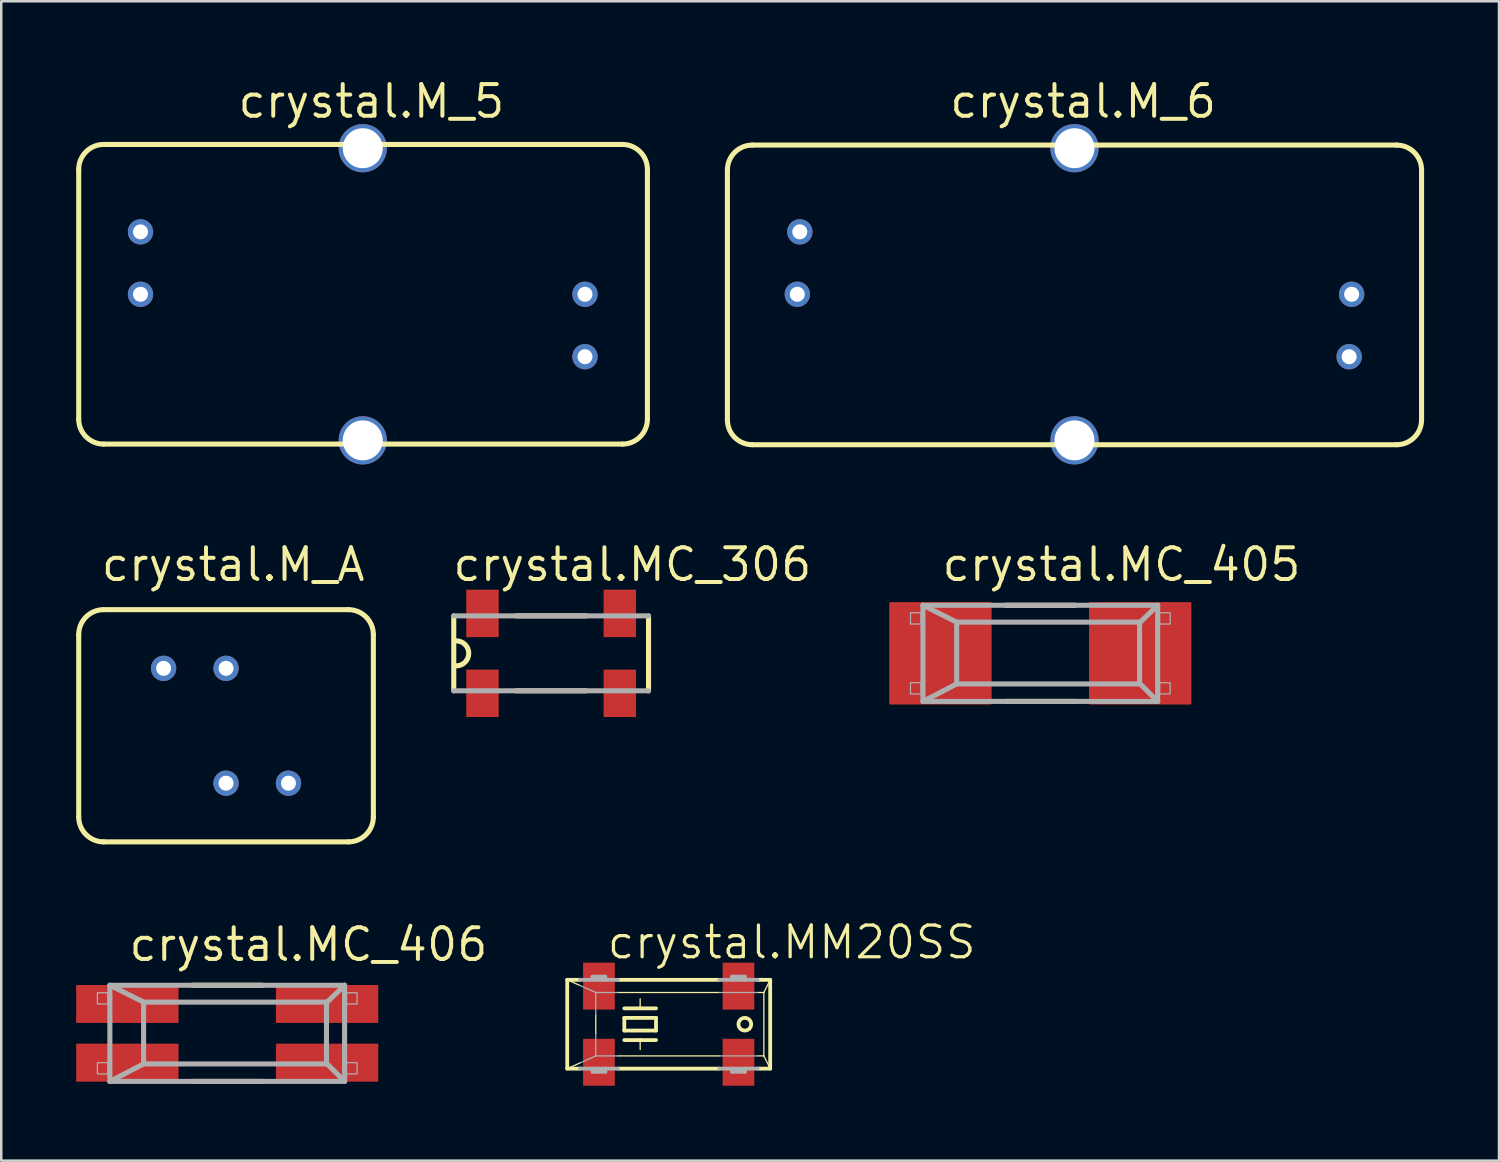
<source format=kicad_pcb>
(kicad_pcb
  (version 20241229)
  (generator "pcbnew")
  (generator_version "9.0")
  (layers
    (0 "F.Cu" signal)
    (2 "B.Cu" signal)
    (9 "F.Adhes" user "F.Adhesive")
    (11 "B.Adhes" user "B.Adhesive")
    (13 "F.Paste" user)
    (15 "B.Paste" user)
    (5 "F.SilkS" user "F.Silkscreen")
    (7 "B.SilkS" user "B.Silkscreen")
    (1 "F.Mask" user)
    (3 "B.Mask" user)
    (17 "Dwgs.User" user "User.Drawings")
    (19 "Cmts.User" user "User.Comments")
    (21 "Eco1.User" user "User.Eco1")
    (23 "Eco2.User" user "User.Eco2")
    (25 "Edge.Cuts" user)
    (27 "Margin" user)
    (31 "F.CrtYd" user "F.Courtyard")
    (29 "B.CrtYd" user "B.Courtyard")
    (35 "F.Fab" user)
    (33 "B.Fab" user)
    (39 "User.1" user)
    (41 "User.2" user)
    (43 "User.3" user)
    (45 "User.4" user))
  (footprint "crystal.MC_405"
    (layer "F.Cu")
    (at 38.612 23.115)
    (property "Reference" "crystal.MC_405" (at -4.019 -2.815 0) (layer "F.SilkS") (effects (font (size 1.27 1.27) (thickness 0.16)) (justify left bottom)))
    (attr smd)
    (fp_line (start -1.4 -1.925) (end 1.4 -1.925) (stroke (width 0.203) (type default)) (layer "F.SilkS"))
    (fp_line (start 1.425 1.925) (end -1.375 1.925) (stroke (width 0.203) (type default)) (layer "F.SilkS"))
    (fp_line (start -4.7 -1.925) (end -3.35 -1.25) (stroke (width 0.203) (type default)) (layer "F.Fab"))
    (fp_line (start -4.7 -1.925) (end 4.7 -1.925) (stroke (width 0.203) (type default)) (layer "F.Fab"))
    (fp_line (start -4.7 1.925) (end -4.7 -1.925) (stroke (width 0.203) (type default)) (layer "F.Fab"))
    (fp_line (start -4.7 1.925) (end -3.35 1.225) (stroke (width 0.203) (type default)) (layer "F.Fab"))
    (fp_line (start -3.35 -1.25) (end -3.35 1.225) (stroke (width 0.203) (type default)) (layer "F.Fab"))
    (fp_line (start -3.35 -1.25) (end 3.975 -1.25) (stroke (width 0.203) (type default)) (layer "F.Fab"))
    (fp_line (start 3.975 -1.25) (end 3.975 -1.225) (stroke (width 0.203) (type default)) (layer "F.Fab"))
    (fp_line (start 3.975 -1.225) (end 3.975 1.2) (stroke (width 0.203) (type default)) (layer "F.Fab"))
    (fp_line (start 3.975 -1.225) (end 4.7 -1.925) (stroke (width 0.203) (type default)) (layer "F.Fab"))
    (fp_line (start 3.975 1.2) (end 3.975 1.225) (stroke (width 0.203) (type default)) (layer "F.Fab"))
    (fp_line (start 3.975 1.2) (end 4.7 1.925) (stroke (width 0.203) (type default)) (layer "F.Fab"))
    (fp_line (start 3.975 1.225) (end -3.35 1.225) (stroke (width 0.203) (type default)) (layer "F.Fab"))
    (fp_line (start 4.7 -1.925) (end 4.7 1.925) (stroke (width 0.203) (type default)) (layer "F.Fab"))
    (fp_line (start 4.7 1.925) (end -4.7 1.925) (stroke (width 0.203) (type default)) (layer "F.Fab"))
    (fp_rect (start -5.2 -1.175) (end -4.775 -1.625) (stroke (width 0.05) (type default)) (fill no) (layer "F.Fab"))
    (fp_rect (start -5.2 1.625) (end -4.775 1.175) (stroke (width 0.05) (type default)) (fill no) (layer "F.Fab"))
    (fp_rect (start 4.775 -1.175) (end 5.2 -1.625) (stroke (width 0.05) (type default)) (fill no) (layer "F.Fab"))
    (fp_rect (start 4.775 1.625) (end 5.2 1.175) (stroke (width 0.05) (type default)) (fill no) (layer "F.Fab"))
    (pad "1" smd roundrect (at -4 0) (size 4.1 4.1) (layers "F.Cu" "F.Mask" "F.Paste") (roundrect_rratio 0.01))
    (pad "2" smd roundrect (at 4 0) (size 4.1 4.1) (layers "F.Cu" "F.Mask" "F.Paste") (roundrect_rratio 0.01)))
  (footprint "crystal.M_6"
    (layer "F.Cu")
    (at 39.98 8.735)
    (property "Reference" "crystal.M_6" (at -5.08 -6.985 0) (layer "F.SilkS") (effects (font (size 1.27 1.27) (thickness 0.16)) (justify left bottom)))
    (attr through_hole)
    (fp_line (start -13.9 -4.975) (end -13.9 5.025) (stroke (width 0.203) (type default)) (layer "F.SilkS"))
    (fp_line (start -12.9 6.025) (end 12.9 6.025) (stroke (width 0.203) (type default)) (layer "F.SilkS"))
    (fp_line (start 12.9 -5.975) (end -12.9 -5.975) (stroke (width 0.203) (type default)) (layer "F.SilkS"))
    (fp_line (start 13.9 5.025) (end 13.9 -4.975) (stroke (width 0.203) (type default)) (layer "F.SilkS"))
    (fp_arc (start -13.9 -4.975) (mid -13.607107 -5.682107) (end -12.9 -5.975) (stroke (width 0.2032) (type default)) (layer "F.SilkS"))
    (fp_arc (start -12.9 6.025) (mid -13.607107 5.732107) (end -13.9 5.025) (stroke (width 0.2032) (type default)) (layer "F.SilkS"))
    (fp_arc (start 12.9 -5.975) (mid 13.607107 -5.682107) (end 13.9 -4.975) (stroke (width 0.2032) (type default)) (layer "F.SilkS"))
    (fp_arc (start 13.9 5.025) (mid 13.607107 5.732107) (end 12.9 6.025) (stroke (width 0.2032) (type default)) (layer "F.SilkS"))
    (pad "1" thru_hole circle (at -11 -2.5) (size 1.016 1.016) (drill 0.6) (layers "*.Cu" "*.Mask"))
    (pad "2" thru_hole circle (at -11.1 0) (size 1.016 1.016) (drill 0.6) (layers "*.Cu" "*.Mask"))
    (pad "3" thru_hole circle (at 11.1 0 180) (size 1.016 1.016) (drill 0.6) (layers "*.Cu" "*.Mask"))
    (pad "4" thru_hole circle (at 11 2.5 180) (size 1.016 1.016) (drill 0.6) (layers "*.Cu" "*.Mask"))
    (pad "S@1" thru_hole circle (at 0 -5.85) (size 1.93 1.93) (drill 1.6) (layers "*.Cu" "*.Mask"))
    (pad "S@2" thru_hole circle (at 0 5.85) (size 1.93 1.93) (drill 1.6) (layers "*.Cu" "*.Mask")))
  (footprint "crystal.MC_406"
    (layer "F.Cu")
    (at 6.05 38.332)
    (property "Reference" "crystal.MC_406" (at -4.019 -2.815 0) (layer "F.SilkS") (effects (font (size 1.27 1.27) (thickness 0.16)) (justify left bottom)))
    (attr smd)
    (fp_line (start -1.4 -1.925) (end 1.4 -1.925) (stroke (width 0.203) (type default)) (layer "F.SilkS"))
    (fp_line (start 1.425 1.925) (end -1.375 1.925) (stroke (width 0.203) (type default)) (layer "F.SilkS"))
    (fp_line (start -4.7 -1.925) (end -3.35 -1.25) (stroke (width 0.203) (type default)) (layer "F.Fab"))
    (fp_line (start -4.7 -1.925) (end 4.7 -1.925) (stroke (width 0.203) (type default)) (layer "F.Fab"))
    (fp_line (start -4.7 1.925) (end -4.7 -1.925) (stroke (width 0.203) (type default)) (layer "F.Fab"))
    (fp_line (start -4.7 1.925) (end -3.35 1.225) (stroke (width 0.203) (type default)) (layer "F.Fab"))
    (fp_line (start -3.35 -1.25) (end -3.35 1.225) (stroke (width 0.203) (type default)) (layer "F.Fab"))
    (fp_line (start -3.35 -1.25) (end 3.975 -1.25) (stroke (width 0.203) (type default)) (layer "F.Fab"))
    (fp_line (start 3.975 -1.25) (end 3.975 -1.225) (stroke (width 0.203) (type default)) (layer "F.Fab"))
    (fp_line (start 3.975 -1.225) (end 3.975 1.2) (stroke (width 0.203) (type default)) (layer "F.Fab"))
    (fp_line (start 3.975 -1.225) (end 4.7 -1.925) (stroke (width 0.203) (type default)) (layer "F.Fab"))
    (fp_line (start 3.975 1.2) (end 3.975 1.225) (stroke (width 0.203) (type default)) (layer "F.Fab"))
    (fp_line (start 3.975 1.2) (end 4.7 1.925) (stroke (width 0.203) (type default)) (layer "F.Fab"))
    (fp_line (start 3.975 1.225) (end -3.35 1.225) (stroke (width 0.203) (type default)) (layer "F.Fab"))
    (fp_line (start 4.7 -1.925) (end 4.7 1.925) (stroke (width 0.203) (type default)) (layer "F.Fab"))
    (fp_line (start 4.7 1.925) (end -4.7 1.925) (stroke (width 0.203) (type default)) (layer "F.Fab"))
    (fp_rect (start -5.2 -1.175) (end -4.775 -1.625) (stroke (width 0.05) (type default)) (fill no) (layer "F.Fab"))
    (fp_rect (start -5.2 1.625) (end -4.775 1.175) (stroke (width 0.05) (type default)) (fill no) (layer "F.Fab"))
    (fp_rect (start 4.775 -1.175) (end 5.2 -1.625) (stroke (width 0.05) (type default)) (fill no) (layer "F.Fab"))
    (fp_rect (start 4.775 1.625) (end 5.2 1.175) (stroke (width 0.05) (type default)) (fill no) (layer "F.Fab"))
    (pad "1" smd roundrect (at -4 1.175) (size 4.1 1.52) (layers "F.Cu" "F.Mask" "F.Paste") (roundrect_rratio 0.01))
    (pad "2" smd roundrect (at 4 1.175) (size 4.1 1.52) (layers "F.Cu" "F.Mask" "F.Paste") (roundrect_rratio 0.01))
    (pad "3" smd roundrect (at 4 -1.175 180) (size 4.1 1.52) (layers "F.Cu" "F.Mask" "F.Paste") (roundrect_rratio 0.01))
    (pad "4" smd roundrect (at -4 -1.175 180) (size 4.1 1.52) (layers "F.Cu" "F.Mask" "F.Paste") (roundrect_rratio 0.01)))
  (footprint "crystal.M_A"
    (layer "F.Cu")
    (at 6.002 26.015)
    (property "Reference" "crystal.M_A" (at -5.08 -5.715 0) (layer "F.SilkS") (effects (font (size 1.27 1.27) (thickness 0.16)) (justify left bottom)))
    (attr through_hole)
    (fp_line (start -5.9 -3.65) (end -5.9 3.65) (stroke (width 0.203) (type default)) (layer "F.SilkS"))
    (fp_line (start -4.9 4.65) (end 4.9 4.65) (stroke (width 0.203) (type default)) (layer "F.SilkS"))
    (fp_line (start 4.9 -4.65) (end -4.9 -4.65) (stroke (width 0.203) (type default)) (layer "F.SilkS"))
    (fp_line (start 5.9 3.65) (end 5.9 -3.65) (stroke (width 0.203) (type default)) (layer "F.SilkS"))
    (fp_arc (start -5.9 -3.65) (mid -5.607107 -4.357107) (end -4.9 -4.65) (stroke (width 0.2032) (type default)) (layer "F.SilkS"))
    (fp_arc (start -4.9 4.65) (mid -5.607107 4.357107) (end -5.9 3.65) (stroke (width 0.2032) (type default)) (layer "F.SilkS"))
    (fp_arc (start 4.9 -4.65) (mid 5.607107 -4.357107) (end 5.9 -3.65) (stroke (width 0.2032) (type default)) (layer "F.SilkS"))
    (fp_arc (start 5.9 3.65) (mid 5.607107 4.357107) (end 4.9 4.65) (stroke (width 0.2032) (type default)) (layer "F.SilkS"))
    (pad "1" thru_hole circle (at -2.5 -2.3) (size 1.016 1.016) (drill 0.6) (layers "*.Cu" "*.Mask"))
    (pad "2" thru_hole circle (at 0 -2.3) (size 1.016 1.016) (drill 0.6) (layers "*.Cu" "*.Mask"))
    (pad "3" thru_hole circle (at 0 2.3 180) (size 1.016 1.016) (drill 0.6) (layers "*.Cu" "*.Mask"))
    (pad "4" thru_hole circle (at 2.5 2.3 180) (size 1.016 1.016) (drill 0.6) (layers "*.Cu" "*.Mask")))
  (footprint "crystal.MC_306"
    (layer "F.Cu")
    (at 19.022 23.115)
    (property "Reference" "crystal.MC_306" (at -4.019 -2.815 0) (layer "F.SilkS") (effects (font (size 1.27 1.27) (thickness 0.16)) (justify left bottom)))
    (attr smd)
    (fp_line (start -3.9 1.5) (end -3.9 -1.5) (stroke (width 0.203) (type default)) (layer "F.SilkS"))
    (fp_line (start -1.4 -1.5) (end 1.4 -1.5) (stroke (width 0.203) (type default)) (layer "F.SilkS"))
    (fp_line (start 1.4 1.5) (end -1.4 1.5) (stroke (width 0.203) (type default)) (layer "F.SilkS"))
    (fp_line (start 3.9 -1.5) (end 3.9 1.5) (stroke (width 0.203) (type default)) (layer "F.SilkS"))
    (fp_arc (start -3.8 -0.5) (mid -3.3 0) (end -3.8 0.5) (stroke (width 0.2032) (type default)) (layer "F.SilkS"))
    (fp_line (start -3.9 -1.5) (end 3.9 -1.5) (stroke (width 0.203) (type default)) (layer "F.Fab"))
    (fp_line (start 3.9 1.5) (end -3.9 1.5) (stroke (width 0.203) (type default)) (layer "F.Fab"))
    (pad "1" smd roundrect (at -2.75 1.6) (size 1.3 1.9) (layers "F.Cu" "F.Mask" "F.Paste") (roundrect_rratio 0.01))
    (pad "2" smd roundrect (at 2.75 1.6) (size 1.3 1.9) (layers "F.Cu" "F.Mask" "F.Paste") (roundrect_rratio 0.01))
    (pad "3" smd roundrect (at 2.75 -1.6 180) (size 1.3 1.9) (layers "F.Cu" "F.Mask" "F.Paste") (roundrect_rratio 0.01))
    (pad "4" smd roundrect (at -2.75 -1.6 180) (size 1.3 1.9) (layers "F.Cu" "F.Mask" "F.Paste") (roundrect_rratio 0.01)))
  (footprint "crystal.M_5"
    (layer "F.Cu")
    (at 11.477 8.735)
    (property "Reference" "crystal.M_5" (at -5.08 -6.985 0) (layer "F.SilkS") (effects (font (size 1.27 1.27) (thickness 0.16)) (justify left bottom)))
    (attr through_hole)
    (fp_line (start -11.375 -5) (end -11.375 5) (stroke (width 0.203) (type default)) (layer "F.SilkS"))
    (fp_line (start -10.375 6) (end 10.4 6) (stroke (width 0.203) (type default)) (layer "F.SilkS"))
    (fp_line (start 10.4 -6) (end -10.375 -6) (stroke (width 0.203) (type default)) (layer "F.SilkS"))
    (fp_line (start 11.4 5) (end 11.4 -5) (stroke (width 0.203) (type default)) (layer "F.SilkS"))
    (fp_arc (start -11.375 -5) (mid -11.082107 -5.707107) (end -10.375 -6) (stroke (width 0.2032) (type default)) (layer "F.SilkS"))
    (fp_arc (start -10.375 6) (mid -11.082107 5.707107) (end -11.375 5) (stroke (width 0.2032) (type default)) (layer "F.SilkS"))
    (fp_arc (start 10.4 -6) (mid 11.107107 -5.707107) (end 11.4 -5) (stroke (width 0.2032) (type default)) (layer "F.SilkS"))
    (fp_arc (start 11.4 5) (mid 11.107107 5.707107) (end 10.4 6) (stroke (width 0.2032) (type default)) (layer "F.SilkS"))
    (pad "1" thru_hole circle (at -8.9 -2.5) (size 1.016 1.016) (drill 0.6) (layers "*.Cu" "*.Mask"))
    (pad "2" thru_hole circle (at -8.9 0) (size 1.016 1.016) (drill 0.6) (layers "*.Cu" "*.Mask"))
    (pad "3" thru_hole circle (at 8.9 0 180) (size 1.016 1.016) (drill 0.6) (layers "*.Cu" "*.Mask"))
    (pad "4" thru_hole circle (at 8.9 2.5 180) (size 1.016 1.016) (drill 0.6) (layers "*.Cu" "*.Mask"))
    (pad "S@1" thru_hole circle (at 0 -5.85) (size 1.93 1.93) (drill 1.6) (layers "*.Cu" "*.Mask"))
    (pad "S@2" thru_hole circle (at 0 5.85) (size 1.93 1.93) (drill 1.6) (layers "*.Cu" "*.Mask")))
  (footprint "crystal.MM20SS"
    (layer "F.Cu")
    (at 23.73 37.967)
    (property "Reference" "crystal.MM20SS" (at -2.54 -2.54 0) (layer "F.SilkS") (effects (font (size 1.27 1.27) (thickness 0.13)) (justify left bottom)))
    (attr smd)
    (fp_line (start -4.064 -1.778) (end -3.556 -1.778) (stroke (width 0.152) (type default)) (layer "F.SilkS"))
    (fp_line (start -4.064 1.778) (end -4.064 -1.778) (stroke (width 0.152) (type default)) (layer "F.SilkS"))
    (fp_line (start -4.064 1.778) (end -3.556 1.778) (stroke (width 0.152) (type default)) (layer "F.SilkS"))
    (fp_line (start -3.556 -1.552) (end -4.064 -1.778) (stroke (width 0.051) (type default)) (layer "F.SilkS"))
    (fp_line (start -3.556 1.552) (end -4.064 1.778) (stroke (width 0.051) (type default)) (layer "F.SilkS"))
    (fp_line (start -2.921 -0.381) (end -2.921 0.381) (stroke (width 0.051) (type default)) (layer "F.SilkS"))
    (fp_line (start -2.032 -1.778) (end 2.032 -1.778) (stroke (width 0.152) (type default)) (layer "F.SilkS"))
    (fp_line (start -2.032 1.27) (end 2.032 1.27) (stroke (width 0.051) (type default)) (layer "F.SilkS"))
    (fp_line (start -2.032 1.778) (end 2.032 1.778) (stroke (width 0.152) (type default)) (layer "F.SilkS"))
    (fp_line (start -1.778 -0.635) (end -1.143 -0.635) (stroke (width 0.152) (type default)) (layer "F.SilkS"))
    (fp_line (start -1.778 -0.254) (end -1.778 0.254) (stroke (width 0.152) (type default)) (layer "F.SilkS"))
    (fp_line (start -1.778 0.254) (end -0.508 0.254) (stroke (width 0.152) (type default)) (layer "F.SilkS"))
    (fp_line (start -1.778 0.635) (end -1.143 0.635) (stroke (width 0.152) (type default)) (layer "F.SilkS"))
    (fp_line (start -1.143 -0.635) (end -1.143 -1.016) (stroke (width 0.051) (type default)) (layer "F.SilkS"))
    (fp_line (start -1.143 -0.635) (end -0.508 -0.635) (stroke (width 0.152) (type default)) (layer "F.SilkS"))
    (fp_line (start -1.143 0.635) (end -1.143 1.016) (stroke (width 0.051) (type default)) (layer "F.SilkS"))
    (fp_line (start -1.143 0.635) (end -0.508 0.635) (stroke (width 0.152) (type default)) (layer "F.SilkS"))
    (fp_line (start -0.508 -0.254) (end -1.778 -0.254) (stroke (width 0.152) (type default)) (layer "F.SilkS"))
    (fp_line (start -0.508 0.254) (end -0.508 -0.254) (stroke (width 0.152) (type default)) (layer "F.SilkS"))
    (fp_line (start 2.032 -1.27) (end -2.032 -1.27) (stroke (width 0.051) (type default)) (layer "F.SilkS"))
    (fp_line (start 3.556 -1.778) (end 4.064 -1.778) (stroke (width 0.152) (type default)) (layer "F.SilkS"))
    (fp_line (start 3.556 1.27) (end 3.81 1.27) (stroke (width 0.051) (type default)) (layer "F.SilkS"))
    (fp_line (start 3.556 1.778) (end 4.064 1.778) (stroke (width 0.152) (type default)) (layer "F.SilkS"))
    (fp_line (start 3.81 -1.27) (end 3.556 -1.27) (stroke (width 0.051) (type default)) (layer "F.SilkS"))
    (fp_line (start 3.81 -1.27) (end 3.81 1.27) (stroke (width 0.051) (type default)) (layer "F.SilkS"))
    (fp_line (start 3.81 -1.27) (end 4.064 -1.778) (stroke (width 0.051) (type default)) (layer "F.SilkS"))
    (fp_line (start 3.81 1.27) (end 4.064 1.778) (stroke (width 0.051) (type default)) (layer "F.SilkS"))
    (fp_line (start 4.064 1.778) (end 4.064 -1.778) (stroke (width 0.152) (type default)) (layer "F.SilkS"))
    (fp_circle (center 3.048 0) (end 3.302 0) (stroke (width 0.152) (type default)) (fill no) (layer "F.SilkS"))
    (fp_line (start -3.556 -1.778) (end -2.032 -1.778) (stroke (width 0.152) (type default)) (layer "F.Fab"))
    (fp_line (start -3.556 1.778) (end -2.032 1.778) (stroke (width 0.152) (type default)) (layer "F.Fab"))
    (fp_line (start -3.048 -1.905) (end -2.54 -1.905) (stroke (width 0.152) (type default)) (layer "F.Fab"))
    (fp_line (start -3.048 -1.778) (end -3.048 -1.905) (stroke (width 0.152) (type default)) (layer "F.Fab"))
    (fp_line (start -3.048 1.905) (end -3.048 1.778) (stroke (width 0.152) (type default)) (layer "F.Fab"))
    (fp_line (start -3.048 1.905) (end -2.54 1.905) (stroke (width 0.152) (type default)) (layer "F.Fab"))
    (fp_line (start -2.921 -1.27) (end -3.556 -1.552) (stroke (width 0.051) (type default)) (layer "F.Fab"))
    (fp_line (start -2.921 -1.27) (end -2.921 -0.381) (stroke (width 0.051) (type default)) (layer "F.Fab"))
    (fp_line (start -2.921 0.381) (end -2.921 1.27) (stroke (width 0.051) (type default)) (layer "F.Fab"))
    (fp_line (start -2.921 1.27) (end -3.556 1.552) (stroke (width 0.051) (type default)) (layer "F.Fab"))
    (fp_line (start -2.921 1.27) (end -2.032 1.27) (stroke (width 0.051) (type default)) (layer "F.Fab"))
    (fp_line (start -2.54 -1.905) (end -2.54 -1.778) (stroke (width 0.152) (type default)) (layer "F.Fab"))
    (fp_line (start -2.54 1.905) (end -2.54 1.778) (stroke (width 0.152) (type default)) (layer "F.Fab"))
    (fp_line (start -2.032 -1.27) (end -2.921 -1.27) (stroke (width 0.051) (type default)) (layer "F.Fab"))
    (fp_line (start 2.032 -1.778) (end 3.556 -1.778) (stroke (width 0.152) (type default)) (layer "F.Fab"))
    (fp_line (start 2.032 1.27) (end 3.556 1.27) (stroke (width 0.051) (type default)) (layer "F.Fab"))
    (fp_line (start 2.032 1.778) (end 3.556 1.778) (stroke (width 0.152) (type default)) (layer "F.Fab"))
    (fp_line (start 2.54 -1.905) (end 2.54 -1.778) (stroke (width 0.152) (type default)) (layer "F.Fab"))
    (fp_line (start 2.54 -1.905) (end 3.048 -1.905) (stroke (width 0.152) (type default)) (layer "F.Fab"))
    (fp_line (start 2.54 1.778) (end 2.54 1.905) (stroke (width 0.152) (type default)) (layer "F.Fab"))
    (fp_line (start 2.54 1.905) (end 3.048 1.905) (stroke (width 0.152) (type default)) (layer "F.Fab"))
    (fp_line (start 3.048 -1.778) (end 3.048 -1.905) (stroke (width 0.152) (type default)) (layer "F.Fab"))
    (fp_line (start 3.048 1.905) (end 3.048 1.778) (stroke (width 0.152) (type default)) (layer "F.Fab"))
    (fp_line (start 3.556 -1.27) (end 2.032 -1.27) (stroke (width 0.051) (type default)) (layer "F.Fab"))
    (pad "1" smd roundrect (at -2.794 1.524) (size 1.27 1.88) (layers "F.Cu" "F.Mask" "F.Paste") (roundrect_rratio 0.01))
    (pad "2" smd roundrect (at 2.794 1.524) (size 1.27 1.88) (layers "F.Cu" "F.Mask" "F.Paste") (roundrect_rratio 0.01))
    (pad "3" smd roundrect (at 2.794 -1.524) (size 1.27 1.88) (layers "F.Cu" "F.Mask" "F.Paste") (roundrect_rratio 0.01))
    (pad "4" smd roundrect (at -2.794 -1.524) (size 1.27 1.88) (layers "F.Cu" "F.Mask" "F.Paste") (roundrect_rratio 0.01)))
  (gr_rect
    (start -3 -3)
    (end 56.981 43.431)
    (stroke (width 0.1) (type default))
    (fill no)
    (layer "Edge.Cuts")))
</source>
